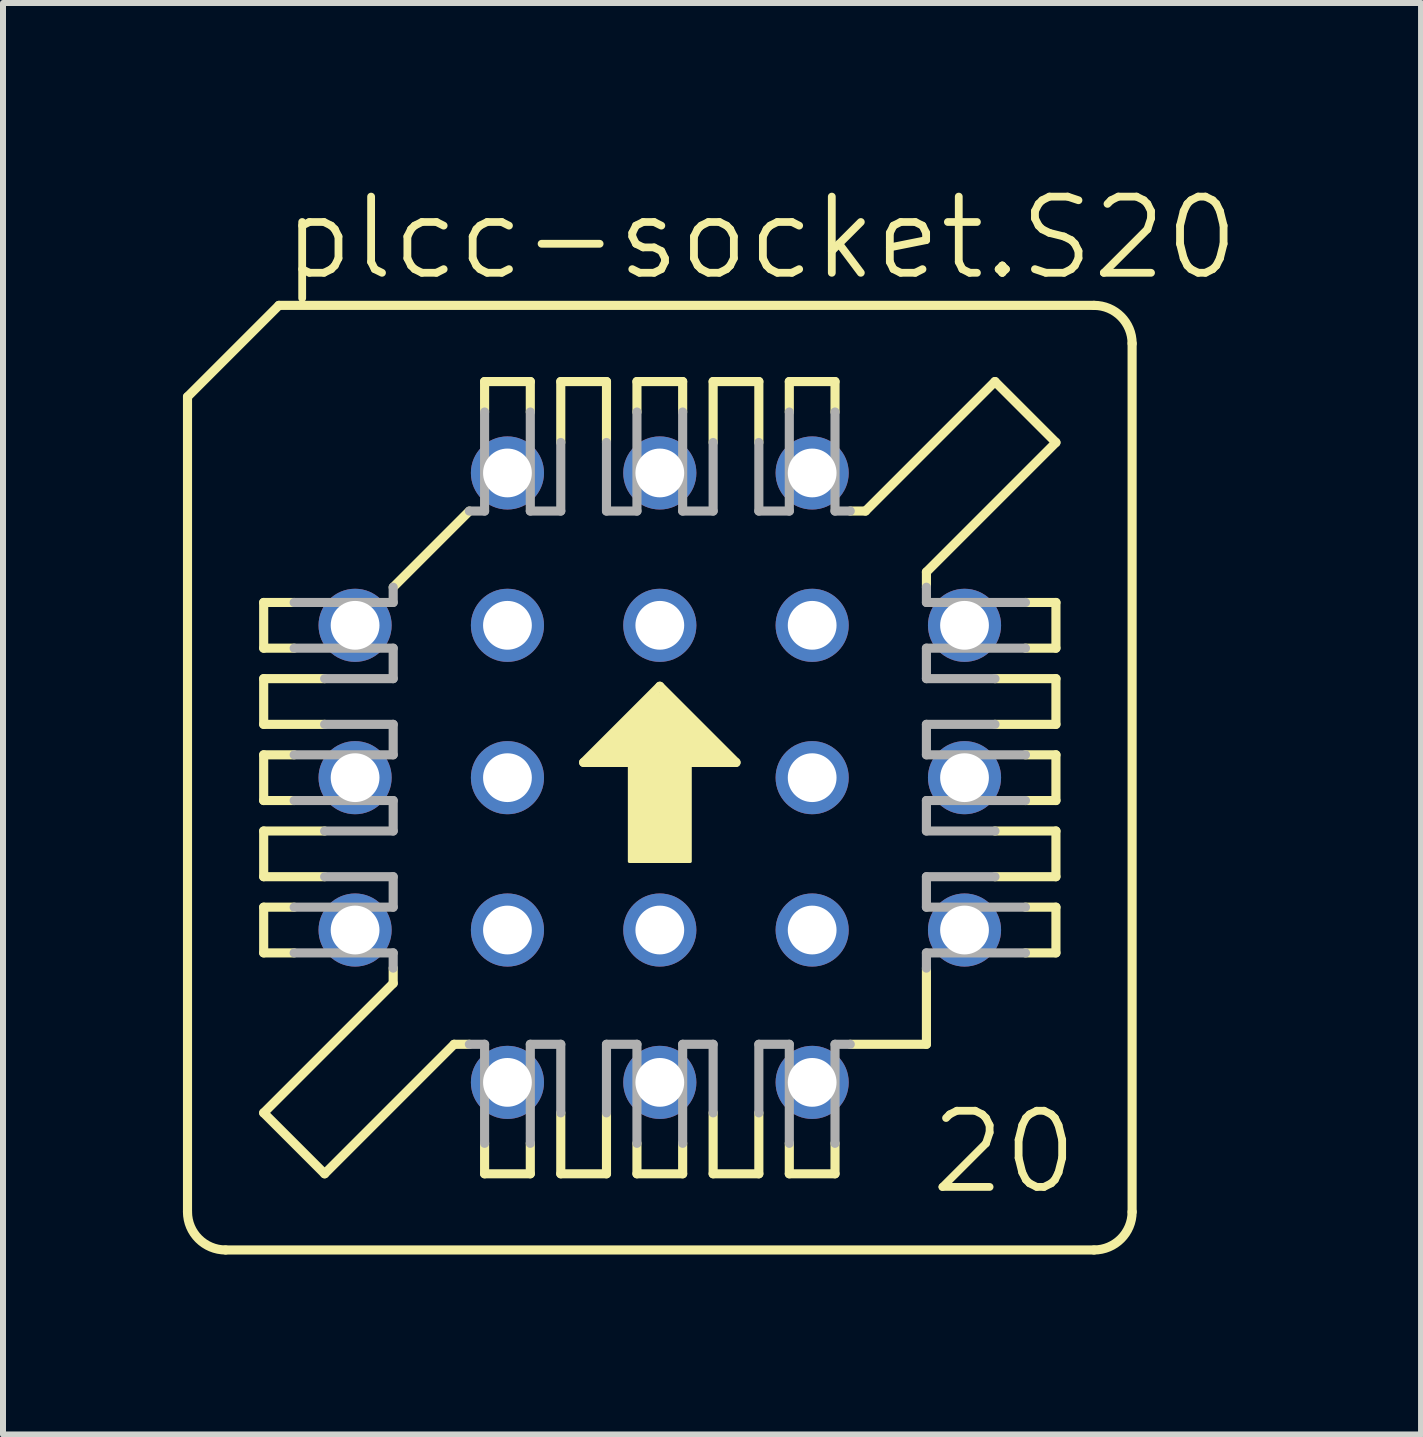
<source format=kicad_pcb>
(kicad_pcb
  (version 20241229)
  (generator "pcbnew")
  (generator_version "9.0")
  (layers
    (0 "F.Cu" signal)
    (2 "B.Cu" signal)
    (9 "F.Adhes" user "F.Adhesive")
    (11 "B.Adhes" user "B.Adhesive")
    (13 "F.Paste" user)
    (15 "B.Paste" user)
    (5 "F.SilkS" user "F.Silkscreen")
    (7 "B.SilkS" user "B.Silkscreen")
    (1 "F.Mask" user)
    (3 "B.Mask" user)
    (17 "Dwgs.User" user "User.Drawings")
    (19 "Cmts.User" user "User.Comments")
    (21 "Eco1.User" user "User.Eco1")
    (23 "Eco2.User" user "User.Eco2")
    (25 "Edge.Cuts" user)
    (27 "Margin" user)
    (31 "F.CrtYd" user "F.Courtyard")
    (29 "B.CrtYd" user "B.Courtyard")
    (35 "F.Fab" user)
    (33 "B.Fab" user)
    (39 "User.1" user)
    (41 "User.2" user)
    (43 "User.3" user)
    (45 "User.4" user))
  (footprint "plcc-socket.S20"
    (layer "F.Cu")
    (at 7.95 9.915)
    (property "Reference" "plcc-socket.S20" (at -6.35 -8.255 0) (layer "F.SilkS") (effects (font (size 1.27 1.27) (thickness 0.13)) (justify left bottom)))
    (attr through_hole)
    (fp_line (start -7.874 -6.35) (end -7.874 7.239) (stroke (width 0.152) (type default)) (layer "F.SilkS"))
    (fp_line (start -7.239 7.874) (end 7.239 7.874) (stroke (width 0.152) (type default)) (layer "F.SilkS"))
    (fp_line (start -6.604 -2.921) (end -6.096 -2.921) (stroke (width 0.152) (type default)) (layer "F.SilkS"))
    (fp_line (start -6.604 -2.159) (end -6.604 -2.921) (stroke (width 0.152) (type default)) (layer "F.SilkS"))
    (fp_line (start -6.604 -0.889) (end -6.604 -1.651) (stroke (width 0.152) (type default)) (layer "F.SilkS"))
    (fp_line (start -6.604 -0.889) (end -5.588 -0.889) (stroke (width 0.152) (type default)) (layer "F.SilkS"))
    (fp_line (start -6.604 -0.381) (end -6.096 -0.381) (stroke (width 0.152) (type default)) (layer "F.SilkS"))
    (fp_line (start -6.604 0.381) (end -6.604 -0.381) (stroke (width 0.152) (type default)) (layer "F.SilkS"))
    (fp_line (start -6.604 1.651) (end -6.604 0.889) (stroke (width 0.152) (type default)) (layer "F.SilkS"))
    (fp_line (start -6.604 1.651) (end -5.588 1.651) (stroke (width 0.152) (type default)) (layer "F.SilkS"))
    (fp_line (start -6.604 2.159) (end -6.096 2.159) (stroke (width 0.152) (type default)) (layer "F.SilkS"))
    (fp_line (start -6.604 2.921) (end -6.604 2.159) (stroke (width 0.152) (type default)) (layer "F.SilkS"))
    (fp_line (start -6.604 5.588) (end -4.445 3.429) (stroke (width 0.152) (type default)) (layer "F.SilkS"))
    (fp_line (start -6.35 -7.874) (end -7.874 -6.35) (stroke (width 0.152) (type default)) (layer "F.SilkS"))
    (fp_line (start -6.096 -2.159) (end -6.604 -2.159) (stroke (width 0.152) (type default)) (layer "F.SilkS"))
    (fp_line (start -6.096 0.381) (end -6.604 0.381) (stroke (width 0.152) (type default)) (layer "F.SilkS"))
    (fp_line (start -6.096 2.921) (end -6.604 2.921) (stroke (width 0.152) (type default)) (layer "F.SilkS"))
    (fp_line (start -5.588 -1.651) (end -6.604 -1.651) (stroke (width 0.152) (type default)) (layer "F.SilkS"))
    (fp_line (start -5.588 0.889) (end -6.604 0.889) (stroke (width 0.152) (type default)) (layer "F.SilkS"))
    (fp_line (start -5.588 6.604) (end -6.604 5.588) (stroke (width 0.152) (type default)) (layer "F.SilkS"))
    (fp_line (start -5.588 6.604) (end -3.429 4.445) (stroke (width 0.152) (type default)) (layer "F.SilkS"))
    (fp_line (start -4.445 -3.175) (end -3.175 -4.445) (stroke (width 0.152) (type default)) (layer "F.SilkS"))
    (fp_line (start -4.445 3.429) (end -4.445 3.175) (stroke (width 0.152) (type default)) (layer "F.SilkS"))
    (fp_line (start -3.429 4.445) (end -3.175 4.445) (stroke (width 0.152) (type default)) (layer "F.SilkS"))
    (fp_line (start -2.921 -6.604) (end -2.921 -6.096) (stroke (width 0.152) (type default)) (layer "F.SilkS"))
    (fp_line (start -2.921 6.096) (end -2.921 6.604) (stroke (width 0.152) (type default)) (layer "F.SilkS"))
    (fp_line (start -2.921 6.604) (end -2.159 6.604) (stroke (width 0.152) (type default)) (layer "F.SilkS"))
    (fp_line (start -2.159 -6.604) (end -2.921 -6.604) (stroke (width 0.152) (type default)) (layer "F.SilkS"))
    (fp_line (start -2.159 -6.096) (end -2.159 -6.604) (stroke (width 0.152) (type default)) (layer "F.SilkS"))
    (fp_line (start -2.159 6.604) (end -2.159 6.096) (stroke (width 0.152) (type default)) (layer "F.SilkS"))
    (fp_line (start -1.651 -5.588) (end -1.651 -6.604) (stroke (width 0.152) (type default)) (layer "F.SilkS"))
    (fp_line (start -1.651 6.604) (end -1.651 5.588) (stroke (width 0.152) (type default)) (layer "F.SilkS"))
    (fp_line (start -1.651 6.604) (end -0.889 6.604) (stroke (width 0.152) (type default)) (layer "F.SilkS"))
    (fp_line (start -1.27 -0.254) (end 1.27 -0.254) (stroke (width 0.152) (type default)) (layer "F.SilkS"))
    (fp_line (start -0.889 -6.604) (end -1.651 -6.604) (stroke (width 0.152) (type default)) (layer "F.SilkS"))
    (fp_line (start -0.889 -6.604) (end -0.889 -5.588) (stroke (width 0.152) (type default)) (layer "F.SilkS"))
    (fp_line (start -0.889 5.588) (end -0.889 6.604) (stroke (width 0.152) (type default)) (layer "F.SilkS"))
    (fp_line (start -0.381 -6.604) (end -0.381 -6.096) (stroke (width 0.152) (type default)) (layer "F.SilkS"))
    (fp_line (start -0.381 6.096) (end -0.381 6.604) (stroke (width 0.152) (type default)) (layer "F.SilkS"))
    (fp_line (start -0.381 6.604) (end 0.381 6.604) (stroke (width 0.152) (type default)) (layer "F.SilkS"))
    (fp_line (start 0 -1.524) (end -1.27 -0.254) (stroke (width 0.152) (type default)) (layer "F.SilkS"))
    (fp_line (start 0.381 -6.604) (end -0.381 -6.604) (stroke (width 0.152) (type default)) (layer "F.SilkS"))
    (fp_line (start 0.381 -6.096) (end 0.381 -6.604) (stroke (width 0.152) (type default)) (layer "F.SilkS"))
    (fp_line (start 0.381 6.604) (end 0.381 6.096) (stroke (width 0.152) (type default)) (layer "F.SilkS"))
    (fp_line (start 0.889 -5.588) (end 0.889 -6.604) (stroke (width 0.152) (type default)) (layer "F.SilkS"))
    (fp_line (start 0.889 6.604) (end 0.889 5.588) (stroke (width 0.152) (type default)) (layer "F.SilkS"))
    (fp_line (start 0.889 6.604) (end 1.651 6.604) (stroke (width 0.152) (type default)) (layer "F.SilkS"))
    (fp_line (start 1.27 -0.254) (end 0 -1.524) (stroke (width 0.152) (type default)) (layer "F.SilkS"))
    (fp_line (start 1.651 -6.604) (end 0.889 -6.604) (stroke (width 0.152) (type default)) (layer "F.SilkS"))
    (fp_line (start 1.651 -6.604) (end 1.651 -5.588) (stroke (width 0.152) (type default)) (layer "F.SilkS"))
    (fp_line (start 1.651 5.588) (end 1.651 6.604) (stroke (width 0.152) (type default)) (layer "F.SilkS"))
    (fp_line (start 2.159 -6.604) (end 2.159 -6.096) (stroke (width 0.152) (type default)) (layer "F.SilkS"))
    (fp_line (start 2.159 6.096) (end 2.159 6.604) (stroke (width 0.152) (type default)) (layer "F.SilkS"))
    (fp_line (start 2.159 6.604) (end 2.921 6.604) (stroke (width 0.152) (type default)) (layer "F.SilkS"))
    (fp_line (start 2.921 -6.604) (end 2.159 -6.604) (stroke (width 0.152) (type default)) (layer "F.SilkS"))
    (fp_line (start 2.921 -6.096) (end 2.921 -6.604) (stroke (width 0.152) (type default)) (layer "F.SilkS"))
    (fp_line (start 2.921 6.604) (end 2.921 6.096) (stroke (width 0.152) (type default)) (layer "F.SilkS"))
    (fp_line (start 3.175 4.445) (end 4.445 4.445) (stroke (width 0.152) (type default)) (layer "F.SilkS"))
    (fp_line (start 3.429 -4.445) (end 3.175 -4.445) (stroke (width 0.152) (type default)) (layer "F.SilkS"))
    (fp_line (start 4.445 -3.429) (end 4.445 -3.175) (stroke (width 0.152) (type default)) (layer "F.SilkS"))
    (fp_line (start 4.445 3.175) (end 4.445 4.445) (stroke (width 0.152) (type default)) (layer "F.SilkS"))
    (fp_line (start 5.588 -6.604) (end 3.429 -4.445) (stroke (width 0.152) (type default)) (layer "F.SilkS"))
    (fp_line (start 5.588 -0.889) (end 6.604 -0.889) (stroke (width 0.152) (type default)) (layer "F.SilkS"))
    (fp_line (start 5.588 1.651) (end 6.604 1.651) (stroke (width 0.152) (type default)) (layer "F.SilkS"))
    (fp_line (start 6.096 -2.921) (end 6.604 -2.921) (stroke (width 0.152) (type default)) (layer "F.SilkS"))
    (fp_line (start 6.096 -0.381) (end 6.604 -0.381) (stroke (width 0.152) (type default)) (layer "F.SilkS"))
    (fp_line (start 6.096 2.159) (end 6.604 2.159) (stroke (width 0.152) (type default)) (layer "F.SilkS"))
    (fp_line (start 6.604 -5.588) (end 4.445 -3.429) (stroke (width 0.152) (type default)) (layer "F.SilkS"))
    (fp_line (start 6.604 -5.588) (end 5.588 -6.604) (stroke (width 0.152) (type default)) (layer "F.SilkS"))
    (fp_line (start 6.604 -2.921) (end 6.604 -2.159) (stroke (width 0.152) (type default)) (layer "F.SilkS"))
    (fp_line (start 6.604 -2.159) (end 6.096 -2.159) (stroke (width 0.152) (type default)) (layer "F.SilkS"))
    (fp_line (start 6.604 -1.651) (end 5.588 -1.651) (stroke (width 0.152) (type default)) (layer "F.SilkS"))
    (fp_line (start 6.604 -1.651) (end 6.604 -0.889) (stroke (width 0.152) (type default)) (layer "F.SilkS"))
    (fp_line (start 6.604 -0.381) (end 6.604 0.381) (stroke (width 0.152) (type default)) (layer "F.SilkS"))
    (fp_line (start 6.604 0.381) (end 6.096 0.381) (stroke (width 0.152) (type default)) (layer "F.SilkS"))
    (fp_line (start 6.604 0.889) (end 5.588 0.889) (stroke (width 0.152) (type default)) (layer "F.SilkS"))
    (fp_line (start 6.604 0.889) (end 6.604 1.651) (stroke (width 0.152) (type default)) (layer "F.SilkS"))
    (fp_line (start 6.604 2.159) (end 6.604 2.921) (stroke (width 0.152) (type default)) (layer "F.SilkS"))
    (fp_line (start 6.604 2.921) (end 6.096 2.921) (stroke (width 0.152) (type default)) (layer "F.SilkS"))
    (fp_line (start 7.239 -7.874) (end -6.35 -7.874) (stroke (width 0.152) (type default)) (layer "F.SilkS"))
    (fp_line (start 7.874 -7.239) (end 7.874 7.239) (stroke (width 0.152) (type default)) (layer "F.SilkS"))
    (fp_rect (start -1.143 -0.254) (end -0.889 -0.381) (stroke (width 0.05) (type default)) (fill yes) (layer "F.SilkS"))
    (fp_rect (start -1.016 -0.381) (end -0.889 -0.508) (stroke (width 0.05) (type default)) (fill yes) (layer "F.SilkS"))
    (fp_rect (start -0.889 -0.254) (end 0.889 -0.635) (stroke (width 0.05) (type default)) (fill yes) (layer "F.SilkS"))
    (fp_rect (start -0.762 -0.635) (end -0.635 -0.762) (stroke (width 0.05) (type default)) (fill yes) (layer "F.SilkS"))
    (fp_rect (start -0.635 -0.635) (end 0.635 -0.889) (stroke (width 0.05) (type default)) (fill yes) (layer "F.SilkS"))
    (fp_rect (start -0.508 -0.889) (end -0.381 -1.016) (stroke (width 0.05) (type default)) (fill yes) (layer "F.SilkS"))
    (fp_rect (start -0.508 1.397) (end 0.508 -0.508) (stroke (width 0.05) (type default)) (fill yes) (layer "F.SilkS"))
    (fp_rect (start -0.381 -0.889) (end 0.381 -1.143) (stroke (width 0.05) (type default)) (fill yes) (layer "F.SilkS"))
    (fp_rect (start -0.254 -1.143) (end -0.127 -1.27) (stroke (width 0.05) (type default)) (fill yes) (layer "F.SilkS"))
    (fp_rect (start -0.127 -1.143) (end 0.127 -1.397) (stroke (width 0.05) (type default)) (fill yes) (layer "F.SilkS"))
    (fp_rect (start 0.127 -1.143) (end 0.254 -1.27) (stroke (width 0.05) (type default)) (fill yes) (layer "F.SilkS"))
    (fp_rect (start 0.381 -0.889) (end 0.508 -1.016) (stroke (width 0.05) (type default)) (fill yes) (layer "F.SilkS"))
    (fp_rect (start 0.635 -0.635) (end 0.762 -0.762) (stroke (width 0.05) (type default)) (fill yes) (layer "F.SilkS"))
    (fp_rect (start 0.889 -0.381) (end 1.016 -0.508) (stroke (width 0.05) (type default)) (fill yes) (layer "F.SilkS"))
    (fp_rect (start 0.889 -0.254) (end 1.143 -0.381) (stroke (width 0.05) (type default)) (fill yes) (layer "F.SilkS"))
    (fp_arc (start -7.239 7.874) (mid -7.688013 7.688013) (end -7.874 7.239) (stroke (width 0.1524) (type default)) (layer "F.SilkS"))
    (fp_arc (start 7.239 -7.874) (mid 7.688013 -7.688013) (end 7.874 -7.239) (stroke (width 0.1524) (type default)) (layer "F.SilkS"))
    (fp_arc (start 7.874 7.239) (mid 7.688013 7.688013) (end 7.239 7.874) (stroke (width 0.1524) (type default)) (layer "F.SilkS"))
    (fp_line (start -6.096 -2.159) (end -4.445 -2.159) (stroke (width 0.152) (type default)) (layer "F.Fab"))
    (fp_line (start -6.096 0.381) (end -4.445 0.381) (stroke (width 0.152) (type default)) (layer "F.Fab"))
    (fp_line (start -6.096 2.921) (end -4.445 2.921) (stroke (width 0.152) (type default)) (layer "F.Fab"))
    (fp_line (start -5.588 -1.651) (end -4.445 -1.651) (stroke (width 0.152) (type default)) (layer "F.Fab"))
    (fp_line (start -5.588 0.889) (end -4.445 0.889) (stroke (width 0.152) (type default)) (layer "F.Fab"))
    (fp_line (start -4.445 -2.921) (end -6.096 -2.921) (stroke (width 0.152) (type default)) (layer "F.Fab"))
    (fp_line (start -4.445 -2.921) (end -4.445 -3.175) (stroke (width 0.152) (type default)) (layer "F.Fab"))
    (fp_line (start -4.445 -1.651) (end -4.445 -2.159) (stroke (width 0.152) (type default)) (layer "F.Fab"))
    (fp_line (start -4.445 -0.889) (end -5.588 -0.889) (stroke (width 0.152) (type default)) (layer "F.Fab"))
    (fp_line (start -4.445 -0.381) (end -6.096 -0.381) (stroke (width 0.152) (type default)) (layer "F.Fab"))
    (fp_line (start -4.445 -0.381) (end -4.445 -0.889) (stroke (width 0.152) (type default)) (layer "F.Fab"))
    (fp_line (start -4.445 0.889) (end -4.445 0.381) (stroke (width 0.152) (type default)) (layer "F.Fab"))
    (fp_line (start -4.445 1.651) (end -5.588 1.651) (stroke (width 0.152) (type default)) (layer "F.Fab"))
    (fp_line (start -4.445 2.159) (end -6.096 2.159) (stroke (width 0.152) (type default)) (layer "F.Fab"))
    (fp_line (start -4.445 2.159) (end -4.445 1.651) (stroke (width 0.152) (type default)) (layer "F.Fab"))
    (fp_line (start -4.445 2.921) (end -4.445 3.175) (stroke (width 0.152) (type default)) (layer "F.Fab"))
    (fp_line (start -2.921 -4.445) (end -3.175 -4.445) (stroke (width 0.152) (type default)) (layer "F.Fab"))
    (fp_line (start -2.921 -4.445) (end -2.921 -6.096) (stroke (width 0.152) (type default)) (layer "F.Fab"))
    (fp_line (start -2.921 4.445) (end -3.175 4.445) (stroke (width 0.152) (type default)) (layer "F.Fab"))
    (fp_line (start -2.921 6.096) (end -2.921 4.445) (stroke (width 0.152) (type default)) (layer "F.Fab"))
    (fp_line (start -2.159 -6.096) (end -2.159 -4.445) (stroke (width 0.152) (type default)) (layer "F.Fab"))
    (fp_line (start -2.159 4.445) (end -2.159 6.096) (stroke (width 0.152) (type default)) (layer "F.Fab"))
    (fp_line (start -2.159 4.445) (end -1.651 4.445) (stroke (width 0.152) (type default)) (layer "F.Fab"))
    (fp_line (start -1.651 -5.588) (end -1.651 -4.445) (stroke (width 0.152) (type default)) (layer "F.Fab"))
    (fp_line (start -1.651 -4.445) (end -2.159 -4.445) (stroke (width 0.152) (type default)) (layer "F.Fab"))
    (fp_line (start -1.651 4.445) (end -1.651 5.588) (stroke (width 0.152) (type default)) (layer "F.Fab"))
    (fp_line (start -0.889 -4.445) (end -0.889 -5.588) (stroke (width 0.152) (type default)) (layer "F.Fab"))
    (fp_line (start -0.889 4.445) (end -0.381 4.445) (stroke (width 0.152) (type default)) (layer "F.Fab"))
    (fp_line (start -0.889 5.588) (end -0.889 4.445) (stroke (width 0.152) (type default)) (layer "F.Fab"))
    (fp_line (start -0.381 -4.445) (end -0.889 -4.445) (stroke (width 0.152) (type default)) (layer "F.Fab"))
    (fp_line (start -0.381 -4.445) (end -0.381 -6.096) (stroke (width 0.152) (type default)) (layer "F.Fab"))
    (fp_line (start -0.381 6.096) (end -0.381 4.445) (stroke (width 0.152) (type default)) (layer "F.Fab"))
    (fp_line (start 0.381 -6.096) (end 0.381 -4.445) (stroke (width 0.152) (type default)) (layer "F.Fab"))
    (fp_line (start 0.381 4.445) (end 0.381 6.096) (stroke (width 0.152) (type default)) (layer "F.Fab"))
    (fp_line (start 0.381 4.445) (end 0.889 4.445) (stroke (width 0.152) (type default)) (layer "F.Fab"))
    (fp_line (start 0.889 -5.588) (end 0.889 -4.445) (stroke (width 0.152) (type default)) (layer "F.Fab"))
    (fp_line (start 0.889 -4.445) (end 0.381 -4.445) (stroke (width 0.152) (type default)) (layer "F.Fab"))
    (fp_line (start 0.889 4.445) (end 0.889 5.588) (stroke (width 0.152) (type default)) (layer "F.Fab"))
    (fp_line (start 1.651 -4.445) (end 1.651 -5.588) (stroke (width 0.152) (type default)) (layer "F.Fab"))
    (fp_line (start 1.651 4.445) (end 2.159 4.445) (stroke (width 0.152) (type default)) (layer "F.Fab"))
    (fp_line (start 1.651 5.588) (end 1.651 4.445) (stroke (width 0.152) (type default)) (layer "F.Fab"))
    (fp_line (start 2.159 -4.445) (end 1.651 -4.445) (stroke (width 0.152) (type default)) (layer "F.Fab"))
    (fp_line (start 2.159 -4.445) (end 2.159 -6.096) (stroke (width 0.152) (type default)) (layer "F.Fab"))
    (fp_line (start 2.159 6.096) (end 2.159 4.445) (stroke (width 0.152) (type default)) (layer "F.Fab"))
    (fp_line (start 2.921 -6.096) (end 2.921 -4.445) (stroke (width 0.152) (type default)) (layer "F.Fab"))
    (fp_line (start 2.921 -4.445) (end 3.175 -4.445) (stroke (width 0.152) (type default)) (layer "F.Fab"))
    (fp_line (start 2.921 4.445) (end 2.921 6.096) (stroke (width 0.152) (type default)) (layer "F.Fab"))
    (fp_line (start 3.175 4.445) (end 2.921 4.445) (stroke (width 0.152) (type default)) (layer "F.Fab"))
    (fp_line (start 4.445 -2.921) (end 4.445 -3.175) (stroke (width 0.152) (type default)) (layer "F.Fab"))
    (fp_line (start 4.445 -2.159) (end 4.445 -1.651) (stroke (width 0.152) (type default)) (layer "F.Fab"))
    (fp_line (start 4.445 -2.159) (end 6.096 -2.159) (stroke (width 0.152) (type default)) (layer "F.Fab"))
    (fp_line (start 4.445 -1.651) (end 5.588 -1.651) (stroke (width 0.152) (type default)) (layer "F.Fab"))
    (fp_line (start 4.445 -0.889) (end 4.445 -0.381) (stroke (width 0.152) (type default)) (layer "F.Fab"))
    (fp_line (start 4.445 0.381) (end 4.445 0.889) (stroke (width 0.152) (type default)) (layer "F.Fab"))
    (fp_line (start 4.445 0.381) (end 6.096 0.381) (stroke (width 0.152) (type default)) (layer "F.Fab"))
    (fp_line (start 4.445 0.889) (end 5.588 0.889) (stroke (width 0.152) (type default)) (layer "F.Fab"))
    (fp_line (start 4.445 1.651) (end 4.445 2.159) (stroke (width 0.152) (type default)) (layer "F.Fab"))
    (fp_line (start 4.445 2.921) (end 6.096 2.921) (stroke (width 0.152) (type default)) (layer "F.Fab"))
    (fp_line (start 4.445 3.175) (end 4.445 2.921) (stroke (width 0.152) (type default)) (layer "F.Fab"))
    (fp_line (start 5.588 -0.889) (end 4.445 -0.889) (stroke (width 0.152) (type default)) (layer "F.Fab"))
    (fp_line (start 5.588 1.651) (end 4.445 1.651) (stroke (width 0.152) (type default)) (layer "F.Fab"))
    (fp_line (start 6.096 -2.921) (end 4.445 -2.921) (stroke (width 0.152) (type default)) (layer "F.Fab"))
    (fp_line (start 6.096 -0.381) (end 4.445 -0.381) (stroke (width 0.152) (type default)) (layer "F.Fab"))
    (fp_line (start 6.096 2.159) (end 4.445 2.159) (stroke (width 0.152) (type default)) (layer "F.Fab"))
    (fp_text user "20" (at 4.445 6.985 0) (layer "F.SilkS") (effects (font (size 1.27 1.27) (thickness 0.13)) (justify left bottom)))
    (pad "1" thru_hole circle (at 0 -5.08) (size 1.219 1.219) (drill 0.813) (layers "*.Cu" "*.Mask"))
    (pad "2" thru_hole circle (at 0 -2.54) (size 1.219 1.219) (drill 0.813) (layers "*.Cu" "*.Mask"))
    (pad "3" thru_hole circle (at -2.54 -5.08) (size 1.219 1.219) (drill 0.813) (layers "*.Cu" "*.Mask"))
    (pad "4" thru_hole circle (at -5.08 -2.54) (size 1.219 1.219) (drill 0.813) (layers "*.Cu" "*.Mask"))
    (pad "5" thru_hole circle (at -2.54 -2.54) (size 1.219 1.219) (drill 0.813) (layers "*.Cu" "*.Mask"))
    (pad "6" thru_hole circle (at -5.08 0) (size 1.219 1.219) (drill 0.813) (layers "*.Cu" "*.Mask"))
    (pad "7" thru_hole circle (at -2.54 0) (size 1.219 1.219) (drill 0.813) (layers "*.Cu" "*.Mask"))
    (pad "8" thru_hole circle (at -5.08 2.54) (size 1.219 1.219) (drill 0.813) (layers "*.Cu" "*.Mask"))
    (pad "9" thru_hole circle (at -2.54 5.08) (size 1.219 1.219) (drill 0.813) (layers "*.Cu" "*.Mask"))
    (pad "10" thru_hole circle (at -2.54 2.54) (size 1.219 1.219) (drill 0.813) (layers "*.Cu" "*.Mask"))
    (pad "11" thru_hole circle (at 0 5.08) (size 1.219 1.219) (drill 0.813) (layers "*.Cu" "*.Mask"))
    (pad "12" thru_hole circle (at 0 2.54) (size 1.219 1.219) (drill 0.813) (layers "*.Cu" "*.Mask"))
    (pad "13" thru_hole circle (at 2.54 5.08) (size 1.219 1.219) (drill 0.813) (layers "*.Cu" "*.Mask"))
    (pad "14" thru_hole circle (at 5.08 2.54) (size 1.219 1.219) (drill 0.813) (layers "*.Cu" "*.Mask"))
    (pad "15" thru_hole circle (at 2.54 2.54) (size 1.219 1.219) (drill 0.813) (layers "*.Cu" "*.Mask"))
    (pad "16" thru_hole circle (at 5.08 0) (size 1.219 1.219) (drill 0.813) (layers "*.Cu" "*.Mask"))
    (pad "17" thru_hole circle (at 2.54 0) (size 1.219 1.219) (drill 0.813) (layers "*.Cu" "*.Mask"))
    (pad "18" thru_hole circle (at 5.08 -2.54) (size 1.219 1.219) (drill 0.813) (layers "*.Cu" "*.Mask"))
    (pad "19" thru_hole circle (at 2.54 -5.08) (size 1.219 1.219) (drill 0.813) (layers "*.Cu" "*.Mask"))
    (pad "20" thru_hole circle (at 2.54 -2.54) (size 1.219 1.219) (drill 0.813) (layers "*.Cu" "*.Mask")))
  (gr_rect
    (start -3 -3)
    (end 20.641 20.865)
    (stroke (width 0.1) (type default))
    (fill no)
    (layer "Edge.Cuts")))
</source>
